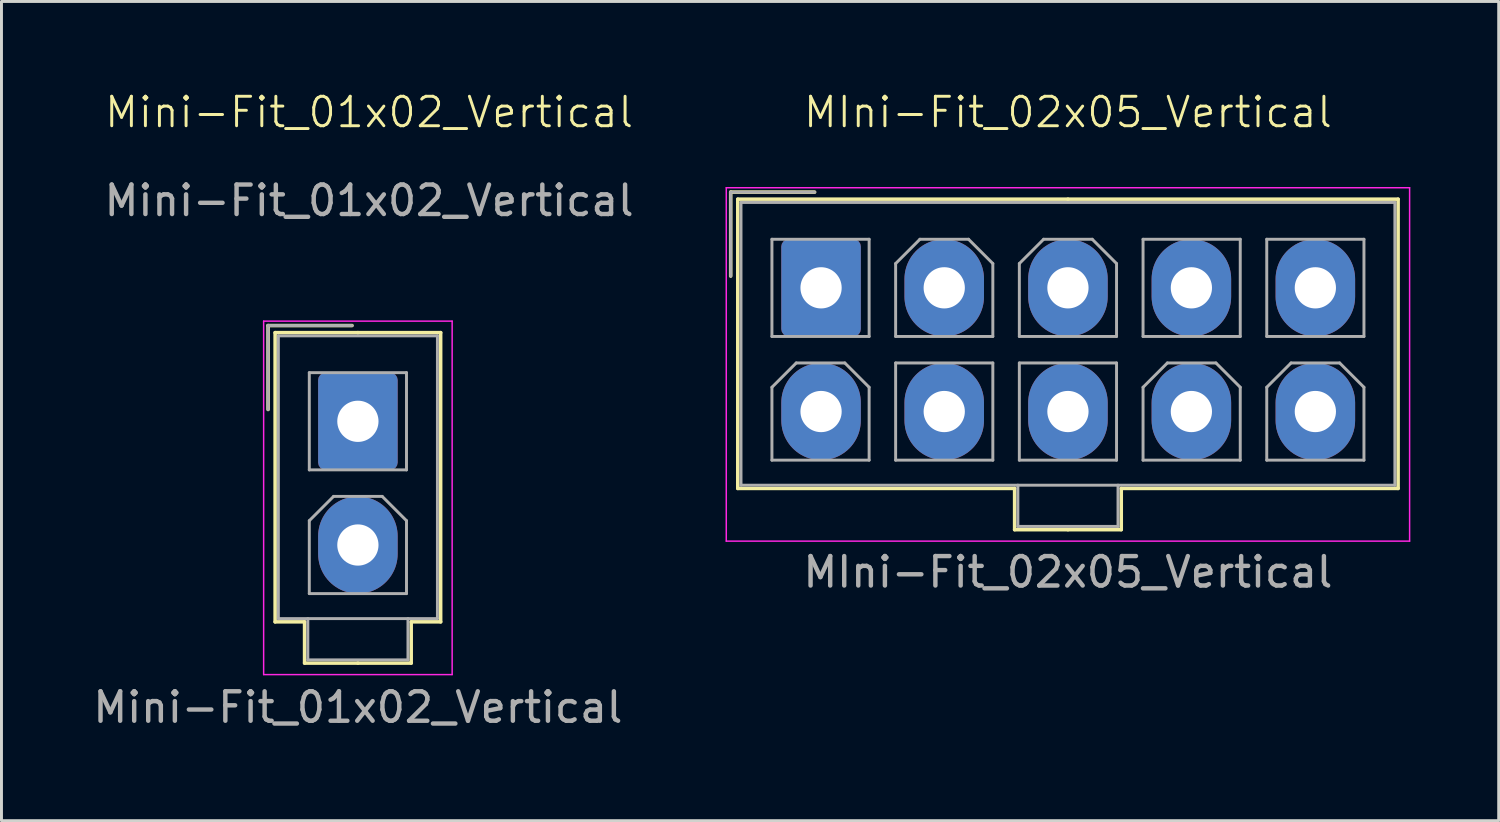
<source format=kicad_pcb>
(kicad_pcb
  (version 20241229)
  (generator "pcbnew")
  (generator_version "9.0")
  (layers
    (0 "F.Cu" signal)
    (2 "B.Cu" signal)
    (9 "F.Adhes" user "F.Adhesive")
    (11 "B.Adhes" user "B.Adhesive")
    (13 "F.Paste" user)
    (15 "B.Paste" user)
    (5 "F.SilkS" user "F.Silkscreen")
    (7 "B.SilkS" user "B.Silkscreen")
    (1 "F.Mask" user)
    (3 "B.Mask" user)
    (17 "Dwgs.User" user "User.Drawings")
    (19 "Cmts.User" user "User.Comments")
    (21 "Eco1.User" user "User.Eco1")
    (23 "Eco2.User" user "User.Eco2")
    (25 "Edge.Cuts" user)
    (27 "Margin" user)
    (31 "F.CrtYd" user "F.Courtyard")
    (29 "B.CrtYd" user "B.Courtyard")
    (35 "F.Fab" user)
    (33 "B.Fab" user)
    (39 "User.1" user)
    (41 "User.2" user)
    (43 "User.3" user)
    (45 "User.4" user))
  (footprint "MIni-Fit_02x05_Vertical"
    (layer "F.Cu")
    (at 33.208 8.373)
    (property "Reference" "MIni-Fit_02x05_Vertical" (at 0 -7.612 0) (unlocked yes) (layer "F.SilkS") (effects (font (size 1 1) (thickness 0.1))))
    (attr through_hole)
    (fp_line (start -11.45 -4.9) (end -11.45 -2.05) (stroke (width 0.12) (type solid)) (layer "F.SilkS"))
    (fp_line (start -11.21 -4.66) (end -11.21 5.16) (stroke (width 0.12) (type solid)) (layer "F.SilkS"))
    (fp_line (start -11.21 5.16) (end -1.81 5.16) (stroke (width 0.12) (type solid)) (layer "F.SilkS"))
    (fp_line (start -8.6 -4.9) (end -11.45 -4.9) (stroke (width 0.12) (type solid)) (layer "F.SilkS"))
    (fp_line (start -1.81 5.16) (end -1.81 6.56) (stroke (width 0.12) (type solid)) (layer "F.SilkS"))
    (fp_line (start -1.81 6.56) (end 0 6.56) (stroke (width 0.12) (type solid)) (layer "F.SilkS"))
    (fp_line (start 0 -4.66) (end -11.21 -4.66) (stroke (width 0.12) (type solid)) (layer "F.SilkS"))
    (fp_line (start 0 -4.66) (end 11.21 -4.66) (stroke (width 0.12) (type solid)) (layer "F.SilkS"))
    (fp_line (start 1.81 5.16) (end 1.81 6.56) (stroke (width 0.12) (type solid)) (layer "F.SilkS"))
    (fp_line (start 1.81 6.56) (end 0 6.56) (stroke (width 0.12) (type solid)) (layer "F.SilkS"))
    (fp_line (start 11.21 -4.66) (end 11.21 5.16) (stroke (width 0.12) (type solid)) (layer "F.SilkS"))
    (fp_line (start 11.21 5.16) (end 1.81 5.16) (stroke (width 0.12) (type solid)) (layer "F.SilkS"))
    (fp_line (start -11.6 -5.05) (end -11.6 6.95) (stroke (width 0.05) (type solid)) (layer "F.CrtYd"))
    (fp_line (start -11.6 6.95) (end 11.6 6.95) (stroke (width 0.05) (type solid)) (layer "F.CrtYd"))
    (fp_line (start 11.6 -5.05) (end -11.6 -5.05) (stroke (width 0.05) (type solid)) (layer "F.CrtYd"))
    (fp_line (start 11.6 6.95) (end 11.6 -5.05) (stroke (width 0.05) (type solid)) (layer "F.CrtYd"))
    (fp_line (start -11.45 -4.9) (end -11.45 -2.05) (stroke (width 0.1) (type solid)) (layer "F.Fab"))
    (fp_line (start -11.1 -4.55) (end -11.1 5.05) (stroke (width 0.1) (type solid)) (layer "F.Fab"))
    (fp_line (start -11.1 5.05) (end 11.1 5.05) (stroke (width 0.1) (type solid)) (layer "F.Fab"))
    (fp_line (start -10.05 -3.3) (end -10.05 0) (stroke (width 0.1) (type solid)) (layer "F.Fab"))
    (fp_line (start -10.05 0) (end -6.75 0) (stroke (width 0.1) (type solid)) (layer "F.Fab"))
    (fp_line (start -10.05 1.725) (end -9.225 0.9) (stroke (width 0.1) (type solid)) (layer "F.Fab"))
    (fp_line (start -10.05 4.2) (end -10.05 1.725) (stroke (width 0.1) (type solid)) (layer "F.Fab"))
    (fp_line (start -9.225 0.9) (end -7.575 0.9) (stroke (width 0.1) (type solid)) (layer "F.Fab"))
    (fp_line (start -8.6 -4.9) (end -11.45 -4.9) (stroke (width 0.1) (type solid)) (layer "F.Fab"))
    (fp_line (start -7.575 0.9) (end -6.75 1.725) (stroke (width 0.1) (type solid)) (layer "F.Fab"))
    (fp_line (start -6.75 -3.3) (end -10.05 -3.3) (stroke (width 0.1) (type solid)) (layer "F.Fab"))
    (fp_line (start -6.75 0) (end -6.75 -3.3) (stroke (width 0.1) (type solid)) (layer "F.Fab"))
    (fp_line (start -6.75 1.725) (end -6.75 4.2) (stroke (width 0.1) (type solid)) (layer "F.Fab"))
    (fp_line (start -6.75 4.2) (end -10.05 4.2) (stroke (width 0.1) (type solid)) (layer "F.Fab"))
    (fp_line (start -5.85 -2.475) (end -5.025 -3.3) (stroke (width 0.1) (type solid)) (layer "F.Fab"))
    (fp_line (start -5.85 0) (end -5.85 -2.475) (stroke (width 0.1) (type solid)) (layer "F.Fab"))
    (fp_line (start -5.85 0.9) (end -5.85 4.2) (stroke (width 0.1) (type solid)) (layer "F.Fab"))
    (fp_line (start -5.85 4.2) (end -2.55 4.2) (stroke (width 0.1) (type solid)) (layer "F.Fab"))
    (fp_line (start -5.025 -3.3) (end -3.375 -3.3) (stroke (width 0.1) (type solid)) (layer "F.Fab"))
    (fp_line (start -3.375 -3.3) (end -2.55 -2.475) (stroke (width 0.1) (type solid)) (layer "F.Fab"))
    (fp_line (start -2.55 -2.475) (end -2.55 0) (stroke (width 0.1) (type solid)) (layer "F.Fab"))
    (fp_line (start -2.55 0) (end -5.85 0) (stroke (width 0.1) (type solid)) (layer "F.Fab"))
    (fp_line (start -2.55 0.9) (end -5.85 0.9) (stroke (width 0.1) (type solid)) (layer "F.Fab"))
    (fp_line (start -2.55 4.2) (end -2.55 0.9) (stroke (width 0.1) (type solid)) (layer "F.Fab"))
    (fp_line (start -1.7 5.05) (end -1.7 6.45) (stroke (width 0.1) (type solid)) (layer "F.Fab"))
    (fp_line (start -1.7 6.45) (end 1.7 6.45) (stroke (width 0.1) (type solid)) (layer "F.Fab"))
    (fp_line (start -1.65 -2.475) (end -0.825 -3.3) (stroke (width 0.1) (type solid)) (layer "F.Fab"))
    (fp_line (start -1.65 0) (end -1.65 -2.475) (stroke (width 0.1) (type solid)) (layer "F.Fab"))
    (fp_line (start -1.65 0.9) (end -1.65 4.2) (stroke (width 0.1) (type solid)) (layer "F.Fab"))
    (fp_line (start -1.65 4.2) (end 1.65 4.2) (stroke (width 0.1) (type solid)) (layer "F.Fab"))
    (fp_line (start -0.825 -3.3) (end 0.825 -3.3) (stroke (width 0.1) (type solid)) (layer "F.Fab"))
    (fp_line (start 0.825 -3.3) (end 1.65 -2.475) (stroke (width 0.1) (type solid)) (layer "F.Fab"))
    (fp_line (start 1.65 -2.475) (end 1.65 0) (stroke (width 0.1) (type solid)) (layer "F.Fab"))
    (fp_line (start 1.65 0) (end -1.65 0) (stroke (width 0.1) (type solid)) (layer "F.Fab"))
    (fp_line (start 1.65 0.9) (end -1.65 0.9) (stroke (width 0.1) (type solid)) (layer "F.Fab"))
    (fp_line (start 1.65 4.2) (end 1.65 0.9) (stroke (width 0.1) (type solid)) (layer "F.Fab"))
    (fp_line (start 1.7 6.45) (end 1.7 5.05) (stroke (width 0.1) (type solid)) (layer "F.Fab"))
    (fp_line (start 2.55 -3.3) (end 2.55 0) (stroke (width 0.1) (type solid)) (layer "F.Fab"))
    (fp_line (start 2.55 0) (end 5.85 0) (stroke (width 0.1) (type solid)) (layer "F.Fab"))
    (fp_line (start 2.55 1.725) (end 3.375 0.9) (stroke (width 0.1) (type solid)) (layer "F.Fab"))
    (fp_line (start 2.55 4.2) (end 2.55 1.725) (stroke (width 0.1) (type solid)) (layer "F.Fab"))
    (fp_line (start 3.375 0.9) (end 5.025 0.9) (stroke (width 0.1) (type solid)) (layer "F.Fab"))
    (fp_line (start 5.025 0.9) (end 5.85 1.725) (stroke (width 0.1) (type solid)) (layer "F.Fab"))
    (fp_line (start 5.85 -3.3) (end 2.55 -3.3) (stroke (width 0.1) (type solid)) (layer "F.Fab"))
    (fp_line (start 5.85 0) (end 5.85 -3.3) (stroke (width 0.1) (type solid)) (layer "F.Fab"))
    (fp_line (start 5.85 1.725) (end 5.85 4.2) (stroke (width 0.1) (type solid)) (layer "F.Fab"))
    (fp_line (start 5.85 4.2) (end 2.55 4.2) (stroke (width 0.1) (type solid)) (layer "F.Fab"))
    (fp_line (start 6.75 -3.3) (end 6.75 0) (stroke (width 0.1) (type solid)) (layer "F.Fab"))
    (fp_line (start 6.75 0) (end 10.05 0) (stroke (width 0.1) (type solid)) (layer "F.Fab"))
    (fp_line (start 6.75 1.725) (end 7.575 0.9) (stroke (width 0.1) (type solid)) (layer "F.Fab"))
    (fp_line (start 6.75 4.2) (end 6.75 1.725) (stroke (width 0.1) (type solid)) (layer "F.Fab"))
    (fp_line (start 7.575 0.9) (end 9.225 0.9) (stroke (width 0.1) (type solid)) (layer "F.Fab"))
    (fp_line (start 9.225 0.9) (end 10.05 1.725) (stroke (width 0.1) (type solid)) (layer "F.Fab"))
    (fp_line (start 10.05 -3.3) (end 6.75 -3.3) (stroke (width 0.1) (type solid)) (layer "F.Fab"))
    (fp_line (start 10.05 0) (end 10.05 -3.3) (stroke (width 0.1) (type solid)) (layer "F.Fab"))
    (fp_line (start 10.05 1.725) (end 10.05 4.2) (stroke (width 0.1) (type solid)) (layer "F.Fab"))
    (fp_line (start 10.05 4.2) (end 6.75 4.2) (stroke (width 0.1) (type solid)) (layer "F.Fab"))
    (fp_line (start 11.1 -4.55) (end -11.1 -4.55) (stroke (width 0.1) (type solid)) (layer "F.Fab"))
    (fp_line (start 11.1 5.05) (end 11.1 -4.55) (stroke (width 0.1) (type solid)) (layer "F.Fab"))
    (fp_text user "${REFERENCE}" (at 0 8.001 0) (layer "F.Fab") (effects (font (size 1 1) (thickness 0.15))))
    (pad "1" thru_hole roundrect (at -8.382 -1.651) (size 2.7 3.3) (drill 1.4) (layers "*.Cu" "*.Mask") (roundrect_rratio 0.093))
    (pad "2" thru_hole oval (at -4.2 -1.651) (size 2.7 3.3) (drill 1.4) (layers "*.Cu" "*.Mask"))
    (pad "3" thru_hole oval (at 0 -1.651) (size 2.7 3.3) (drill 1.4) (layers "*.Cu" "*.Mask"))
    (pad "4" thru_hole oval (at 4.191 -1.651) (size 2.7 3.3) (drill 1.4) (layers "*.Cu" "*.Mask"))
    (pad "5" thru_hole oval (at 8.4 -1.651) (size 2.7 3.3) (drill 1.4) (layers "*.Cu" "*.Mask"))
    (pad "6" thru_hole oval (at -8.382 2.549) (size 2.7 3.3) (drill 1.4) (layers "*.Cu" "*.Mask"))
    (pad "7" thru_hole oval (at -4.2 2.549) (size 2.7 3.3) (drill 1.4) (layers "*.Cu" "*.Mask"))
    (pad "8" thru_hole oval (at 0 2.549) (size 2.7 3.3) (drill 1.4) (layers "*.Cu" "*.Mask"))
    (pad "9" thru_hole oval (at 4.191 2.549) (size 2.7 3.3) (drill 1.4) (layers "*.Cu" "*.Mask"))
    (pad "10" thru_hole oval (at 8.4 2.549) (size 2.7 3.3) (drill 1.4) (layers "*.Cu" "*.Mask")))
  (footprint "Mini-Fit_01x02_Vertical"
    (layer "F.Cu")
    (at 9.101 11.254)
    (property "Reference" "Mini-Fit_01x02_Vertical" (at 0.381 -10.493 0) (unlocked yes) (layer "F.SilkS") (effects (font (size 1 1) (thickness 0.1))))
    (attr through_hole)
    (fp_line (start -3.05 -3.251) (end -3.05 -0.401) (stroke (width 0.12) (type solid)) (layer "F.SilkS"))
    (fp_line (start -2.81 -3.011) (end -2.81 6.809) (stroke (width 0.12) (type solid)) (layer "F.SilkS"))
    (fp_line (start -2.81 6.809) (end -1.81 6.809) (stroke (width 0.12) (type solid)) (layer "F.SilkS"))
    (fp_line (start -1.81 6.809) (end -1.81 8.209) (stroke (width 0.12) (type solid)) (layer "F.SilkS"))
    (fp_line (start -1.81 8.209) (end 0 8.209) (stroke (width 0.12) (type solid)) (layer "F.SilkS"))
    (fp_line (start -0.2 -3.251) (end -3.05 -3.251) (stroke (width 0.12) (type solid)) (layer "F.SilkS"))
    (fp_line (start 0 -3.011) (end -2.81 -3.011) (stroke (width 0.12) (type solid)) (layer "F.SilkS"))
    (fp_line (start 0 -3.011) (end 2.81 -3.011) (stroke (width 0.12) (type solid)) (layer "F.SilkS"))
    (fp_line (start 1.81 6.809) (end 1.81 8.209) (stroke (width 0.12) (type solid)) (layer "F.SilkS"))
    (fp_line (start 1.81 8.209) (end 0 8.209) (stroke (width 0.12) (type solid)) (layer "F.SilkS"))
    (fp_line (start 2.81 -3.011) (end 2.81 6.809) (stroke (width 0.12) (type solid)) (layer "F.SilkS"))
    (fp_line (start 2.81 6.809) (end 1.81 6.809) (stroke (width 0.12) (type solid)) (layer "F.SilkS"))
    (fp_line (start -3.2 -3.401) (end -3.2 8.599) (stroke (width 0.05) (type solid)) (layer "F.CrtYd"))
    (fp_line (start -3.2 8.599) (end 3.2 8.599) (stroke (width 0.05) (type solid)) (layer "F.CrtYd"))
    (fp_line (start 3.2 -3.401) (end -3.2 -3.401) (stroke (width 0.05) (type solid)) (layer "F.CrtYd"))
    (fp_line (start 3.2 8.599) (end 3.2 -3.401) (stroke (width 0.05) (type solid)) (layer "F.CrtYd"))
    (fp_line (start -3.05 -3.251) (end -3.05 -0.401) (stroke (width 0.1) (type solid)) (layer "F.Fab"))
    (fp_line (start -2.7 -2.901) (end -2.7 6.699) (stroke (width 0.1) (type solid)) (layer "F.Fab"))
    (fp_line (start -2.7 6.699) (end 2.7 6.699) (stroke (width 0.1) (type solid)) (layer "F.Fab"))
    (fp_line (start -1.7 6.699) (end -1.7 8.099) (stroke (width 0.1) (type solid)) (layer "F.Fab"))
    (fp_line (start -1.7 8.099) (end 1.7 8.099) (stroke (width 0.1) (type solid)) (layer "F.Fab"))
    (fp_line (start -1.65 -1.651) (end -1.65 1.649) (stroke (width 0.1) (type solid)) (layer "F.Fab"))
    (fp_line (start -1.65 1.649) (end 1.65 1.649) (stroke (width 0.1) (type solid)) (layer "F.Fab"))
    (fp_line (start -1.65 3.374) (end -0.825 2.549) (stroke (width 0.1) (type solid)) (layer "F.Fab"))
    (fp_line (start -1.65 5.849) (end -1.65 3.374) (stroke (width 0.1) (type solid)) (layer "F.Fab"))
    (fp_line (start -0.825 2.549) (end 0.825 2.549) (stroke (width 0.1) (type solid)) (layer "F.Fab"))
    (fp_line (start -0.2 -3.251) (end -3.05 -3.251) (stroke (width 0.1) (type solid)) (layer "F.Fab"))
    (fp_line (start 0.825 2.549) (end 1.65 3.374) (stroke (width 0.1) (type solid)) (layer "F.Fab"))
    (fp_line (start 1.65 -1.651) (end -1.65 -1.651) (stroke (width 0.1) (type solid)) (layer "F.Fab"))
    (fp_line (start 1.65 1.649) (end 1.65 -1.651) (stroke (width 0.1) (type solid)) (layer "F.Fab"))
    (fp_line (start 1.65 3.374) (end 1.65 5.849) (stroke (width 0.1) (type solid)) (layer "F.Fab"))
    (fp_line (start 1.65 5.849) (end -1.65 5.849) (stroke (width 0.1) (type solid)) (layer "F.Fab"))
    (fp_line (start 1.7 8.099) (end 1.7 6.699) (stroke (width 0.1) (type solid)) (layer "F.Fab"))
    (fp_line (start 2.7 -2.901) (end -2.7 -2.901) (stroke (width 0.1) (type solid)) (layer "F.Fab"))
    (fp_line (start 2.7 6.699) (end 2.7 -2.901) (stroke (width 0.1) (type solid)) (layer "F.Fab"))
    (fp_text user "${REFERENCE}" (at 0.381 -7.493 0) (unlocked yes) (layer "F.Fab") (effects (font (size 1 1) (thickness 0.15))))
    (fp_text user "${REFERENCE}" (at 0 9.711 0) (layer "F.Fab") (effects (font (size 1 1) (thickness 0.15))))
    (pad "1" thru_hole roundrect (at 0 0) (size 2.7 3.3) (drill 1.4) (layers "*.Cu" "*.Mask") (roundrect_rratio 0.093))
    (pad "2" thru_hole oval (at 0 4.2) (size 2.7 3.3) (drill 1.4) (layers "*.Cu" "*.Mask")))
  (gr_rect
    (start -3 -3)
    (end 47.833 24.813)
    (stroke (width 0.1) (type default))
    (fill no)
    (layer "Edge.Cuts")))
</source>
